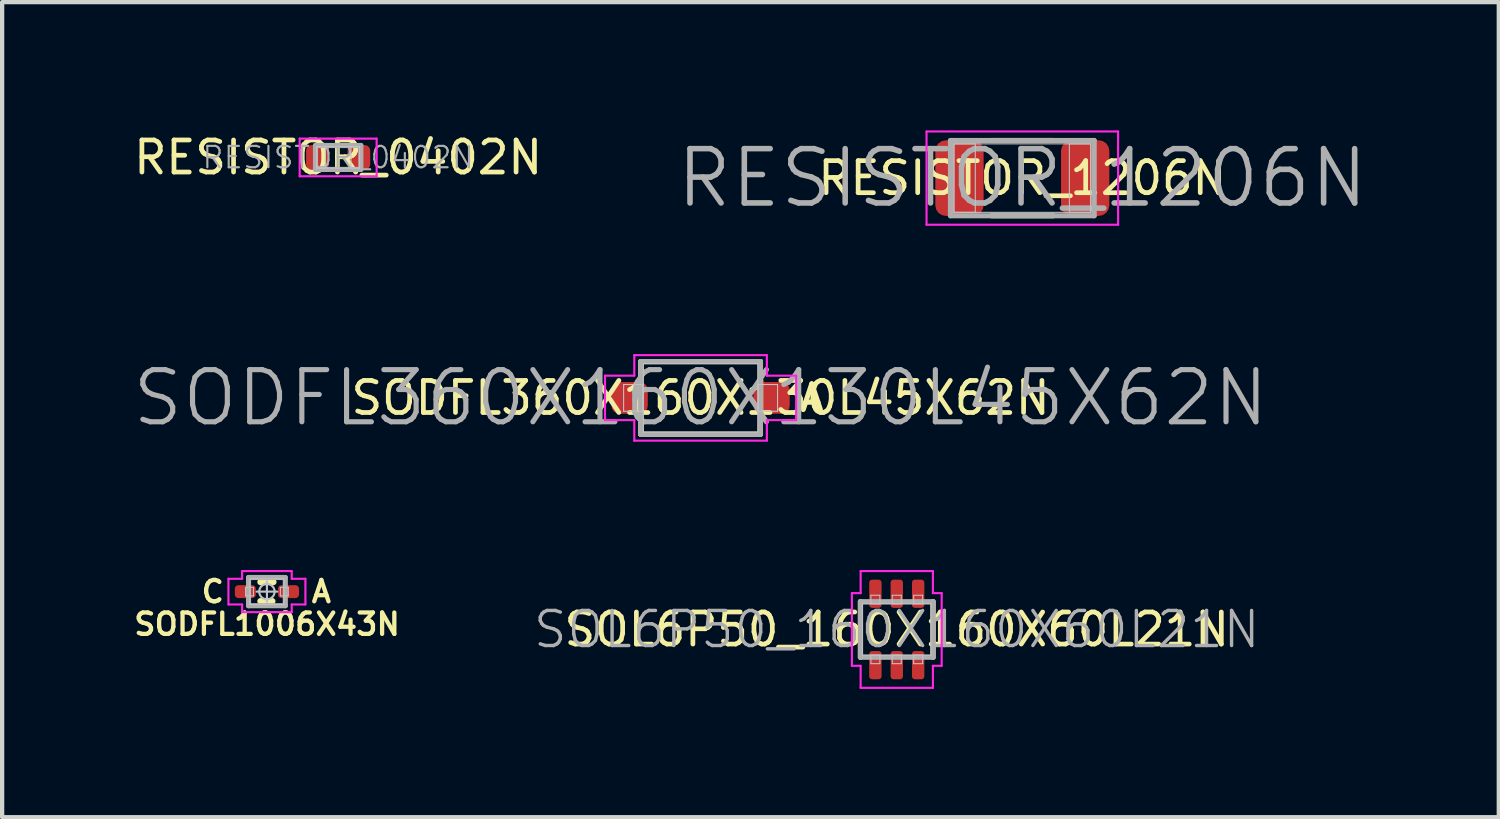
<source format=kicad_pcb>
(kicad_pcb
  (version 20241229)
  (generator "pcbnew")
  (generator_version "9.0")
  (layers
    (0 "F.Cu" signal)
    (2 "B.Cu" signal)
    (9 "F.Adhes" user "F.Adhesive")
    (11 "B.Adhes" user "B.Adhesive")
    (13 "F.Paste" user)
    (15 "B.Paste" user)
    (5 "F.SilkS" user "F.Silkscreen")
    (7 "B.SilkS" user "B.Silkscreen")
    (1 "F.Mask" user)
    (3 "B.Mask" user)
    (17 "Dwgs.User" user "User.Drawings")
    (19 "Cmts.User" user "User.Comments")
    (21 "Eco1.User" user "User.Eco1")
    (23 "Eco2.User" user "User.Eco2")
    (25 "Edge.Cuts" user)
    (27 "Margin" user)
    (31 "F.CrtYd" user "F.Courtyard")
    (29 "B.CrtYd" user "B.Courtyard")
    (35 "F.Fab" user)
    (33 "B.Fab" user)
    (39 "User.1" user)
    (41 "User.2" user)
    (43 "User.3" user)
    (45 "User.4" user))
  (footprint "SODFL360X160X130L45X62N"
    (layer "F.Cu")
    (at 13.333 6.255)
    (property "Reference" "SODFL360X160X130L45X62N" (at 0 0 0) (layer "F.SilkS") (effects (font (size 0.75 0.75) (thickness 0.11))))
    (attr smd)
    (fp_line (start -1.4 -0.85) (end 1.4 -0.85) (stroke (width 0.12) (type solid)) (layer "F.SilkS"))
    (fp_line (start -1.4 -0.55) (end -1.4 -0.85) (stroke (width 0.12) (type solid)) (layer "F.SilkS"))
    (fp_line (start -1.4 0.85) (end -1.4 0.55) (stroke (width 0.12) (type solid)) (layer "F.SilkS"))
    (fp_line (start 1.4 -0.85) (end 1.4 -0.55) (stroke (width 0.12) (type solid)) (layer "F.SilkS"))
    (fp_line (start 1.4 0.55) (end 1.4 0.85) (stroke (width 0.12) (type solid)) (layer "F.SilkS"))
    (fp_line (start 1.4 0.85) (end -1.4 0.85) (stroke (width 0.12) (type solid)) (layer "F.SilkS"))
    (fp_line (start -1.8 -0.312) (end -1.35 -0.312) (stroke (width 0.025) (type solid)) (layer "Dwgs.User"))
    (fp_line (start -1.8 0.312) (end -1.8 -0.312) (stroke (width 0.025) (type solid)) (layer "Dwgs.User"))
    (fp_line (start -1.35 -0.312) (end -1.35 0.312) (stroke (width 0.025) (type solid)) (layer "Dwgs.User"))
    (fp_line (start -1.35 0.312) (end -1.8 0.312) (stroke (width 0.025) (type solid)) (layer "Dwgs.User"))
    (fp_line (start -1.337 -0.8) (end 1.337 -0.8) (stroke (width 0.025) (type solid)) (layer "Dwgs.User"))
    (fp_line (start -1.337 0.8) (end -1.337 -0.8) (stroke (width 0.025) (type solid)) (layer "Dwgs.User"))
    (fp_line (start 1.337 -0.8) (end 1.337 0.8) (stroke (width 0.025) (type solid)) (layer "Dwgs.User"))
    (fp_line (start 1.337 0.8) (end -1.337 0.8) (stroke (width 0.025) (type solid)) (layer "Dwgs.User"))
    (fp_line (start 1.35 -0.312) (end 1.8 -0.312) (stroke (width 0.025) (type solid)) (layer "Dwgs.User"))
    (fp_line (start 1.35 0.312) (end 1.35 -0.312) (stroke (width 0.025) (type solid)) (layer "Dwgs.User"))
    (fp_line (start 1.8 -0.312) (end 1.8 0.312) (stroke (width 0.025) (type solid)) (layer "Dwgs.User"))
    (fp_line (start 1.8 0.312) (end 1.35 0.312) (stroke (width 0.025) (type solid)) (layer "Dwgs.User"))
    (fp_line (start -2.235 -0.52) (end -2.235 0.52) (stroke (width 0.05) (type solid)) (layer "F.CrtYd"))
    (fp_line (start -2.235 0.52) (end -1.55 0.52) (stroke (width 0.05) (type solid)) (layer "F.CrtYd"))
    (fp_line (start -1.55 -1) (end -1.55 -0.52) (stroke (width 0.05) (type solid)) (layer "F.CrtYd"))
    (fp_line (start -1.55 -0.52) (end -2.235 -0.52) (stroke (width 0.05) (type solid)) (layer "F.CrtYd"))
    (fp_line (start -1.55 0.52) (end -1.55 1) (stroke (width 0.05) (type solid)) (layer "F.CrtYd"))
    (fp_line (start -1.55 1) (end 1.55 1) (stroke (width 0.05) (type solid)) (layer "F.CrtYd"))
    (fp_line (start 1.55 -1) (end -1.55 -1) (stroke (width 0.05) (type solid)) (layer "F.CrtYd"))
    (fp_line (start 1.55 -0.52) (end 1.55 -1) (stroke (width 0.05) (type solid)) (layer "F.CrtYd"))
    (fp_line (start 1.55 0.52) (end 2.235 0.52) (stroke (width 0.05) (type solid)) (layer "F.CrtYd"))
    (fp_line (start 1.55 1) (end 1.55 0.52) (stroke (width 0.05) (type solid)) (layer "F.CrtYd"))
    (fp_line (start 2.235 -0.52) (end 1.55 -0.52) (stroke (width 0.05) (type solid)) (layer "F.CrtYd"))
    (fp_line (start 2.235 0.52) (end 2.235 -0.52) (stroke (width 0.05) (type solid)) (layer "F.CrtYd"))
    (fp_line (start -1.4 -0.85) (end 1.4 -0.85) (stroke (width 0.12) (type solid)) (layer "F.Fab"))
    (fp_line (start -1.4 0.85) (end -1.4 -0.85) (stroke (width 0.12) (type solid)) (layer "F.Fab"))
    (fp_line (start 1.4 -0.85) (end 1.4 0.85) (stroke (width 0.12) (type solid)) (layer "F.Fab"))
    (fp_line (start 1.4 0.85) (end -1.4 0.85) (stroke (width 0.12) (type solid)) (layer "F.Fab"))
    (fp_text user "A" (at 2.6 0 0) (layer "F.SilkS") (effects (font (size 0.6 0.6) (thickness 0.12))))
    (fp_text user "${REFERENCE}" (at 0 0 0) (layer "F.Fab") (effects (font (size 1.22 1.22) (thickness 0.12))))
    (pad "A" smd roundrect (at 1.66 0) (size 0.85 0.74) (layers "F.Cu" "F.Mask" "F.Paste") (roundrect_rratio 0.257))
    (pad "C" smd roundrect (at -1.66 0) (size 0.85 0.74) (layers "F.Cu" "F.Mask" "F.Paste") (roundrect_rratio 0.257)))
  (footprint "SOL6P50_160X160X60L21N"
    (layer "F.Cu")
    (at 17.921 11.67)
    (property "Reference" "SOL6P50_160X160X60L21N" (at 0 0 0) (layer "F.SilkS") (effects (font (size 0.75 0.75) (thickness 0.11))))
    (attr smd)
    (fp_line (start -0.85 0.65) (end -0.85 -0.65) (stroke (width 0.12) (type solid)) (layer "F.SilkS"))
    (fp_line (start 0.85 0.65) (end 0.85 -0.65) (stroke (width 0.12) (type solid)) (layer "F.SilkS"))
    (fp_line (start -0.8 -0.6) (end 0.8 -0.6) (stroke (width 0.025) (type solid)) (layer "Dwgs.User"))
    (fp_line (start -0.8 0.6) (end -0.8 -0.6) (stroke (width 0.025) (type solid)) (layer "Dwgs.User"))
    (fp_line (start -0.605 -0.8) (end -0.395 -0.8) (stroke (width 0.025) (type solid)) (layer "Dwgs.User"))
    (fp_line (start -0.605 -0.6) (end -0.605 -0.8) (stroke (width 0.025) (type solid)) (layer "Dwgs.User"))
    (fp_line (start -0.605 0.6) (end -0.395 0.6) (stroke (width 0.025) (type solid)) (layer "Dwgs.User"))
    (fp_line (start -0.605 0.8) (end -0.605 0.6) (stroke (width 0.025) (type solid)) (layer "Dwgs.User"))
    (fp_line (start -0.395 -0.8) (end -0.395 -0.6) (stroke (width 0.025) (type solid)) (layer "Dwgs.User"))
    (fp_line (start -0.395 -0.6) (end -0.605 -0.6) (stroke (width 0.025) (type solid)) (layer "Dwgs.User"))
    (fp_line (start -0.395 0.6) (end -0.395 0.8) (stroke (width 0.025) (type solid)) (layer "Dwgs.User"))
    (fp_line (start -0.395 0.8) (end -0.605 0.8) (stroke (width 0.025) (type solid)) (layer "Dwgs.User"))
    (fp_line (start -0.105 -0.8) (end 0.105 -0.8) (stroke (width 0.025) (type solid)) (layer "Dwgs.User"))
    (fp_line (start -0.105 -0.6) (end -0.105 -0.8) (stroke (width 0.025) (type solid)) (layer "Dwgs.User"))
    (fp_line (start -0.105 0.6) (end 0.105 0.6) (stroke (width 0.025) (type solid)) (layer "Dwgs.User"))
    (fp_line (start -0.105 0.8) (end -0.105 0.6) (stroke (width 0.025) (type solid)) (layer "Dwgs.User"))
    (fp_line (start 0.105 -0.8) (end 0.105 -0.6) (stroke (width 0.025) (type solid)) (layer "Dwgs.User"))
    (fp_line (start 0.105 -0.6) (end -0.105 -0.6) (stroke (width 0.025) (type solid)) (layer "Dwgs.User"))
    (fp_line (start 0.105 0.6) (end 0.105 0.8) (stroke (width 0.025) (type solid)) (layer "Dwgs.User"))
    (fp_line (start 0.105 0.8) (end -0.105 0.8) (stroke (width 0.025) (type solid)) (layer "Dwgs.User"))
    (fp_line (start 0.395 -0.8) (end 0.605 -0.8) (stroke (width 0.025) (type solid)) (layer "Dwgs.User"))
    (fp_line (start 0.395 -0.6) (end 0.395 -0.8) (stroke (width 0.025) (type solid)) (layer "Dwgs.User"))
    (fp_line (start 0.395 0.6) (end 0.605 0.6) (stroke (width 0.025) (type solid)) (layer "Dwgs.User"))
    (fp_line (start 0.395 0.8) (end 0.395 0.6) (stroke (width 0.025) (type solid)) (layer "Dwgs.User"))
    (fp_line (start 0.605 -0.8) (end 0.605 -0.6) (stroke (width 0.025) (type solid)) (layer "Dwgs.User"))
    (fp_line (start 0.605 -0.6) (end 0.395 -0.6) (stroke (width 0.025) (type solid)) (layer "Dwgs.User"))
    (fp_line (start 0.605 0.6) (end 0.605 0.8) (stroke (width 0.025) (type solid)) (layer "Dwgs.User"))
    (fp_line (start 0.605 0.8) (end 0.395 0.8) (stroke (width 0.025) (type solid)) (layer "Dwgs.User"))
    (fp_line (start 0.8 -0.6) (end 0.8 0.6) (stroke (width 0.025) (type solid)) (layer "Dwgs.User"))
    (fp_line (start 0.8 0.6) (end -0.8 0.6) (stroke (width 0.025) (type solid)) (layer "Dwgs.User"))
    (fp_line (start -1.05 -0.85) (end -1.05 0.85) (stroke (width 0.05) (type solid)) (layer "F.CrtYd"))
    (fp_line (start -1.05 0.85) (end -0.845 0.85) (stroke (width 0.05) (type solid)) (layer "F.CrtYd"))
    (fp_line (start -0.845 -1.365) (end -0.845 -0.85) (stroke (width 0.05) (type solid)) (layer "F.CrtYd"))
    (fp_line (start -0.845 -0.85) (end -1.05 -0.85) (stroke (width 0.05) (type solid)) (layer "F.CrtYd"))
    (fp_line (start -0.845 0.85) (end -0.845 1.365) (stroke (width 0.05) (type solid)) (layer "F.CrtYd"))
    (fp_line (start -0.845 1.365) (end 0.845 1.365) (stroke (width 0.05) (type solid)) (layer "F.CrtYd"))
    (fp_line (start 0.845 -1.365) (end -0.845 -1.365) (stroke (width 0.05) (type solid)) (layer "F.CrtYd"))
    (fp_line (start 0.845 -0.85) (end 0.845 -1.365) (stroke (width 0.05) (type solid)) (layer "F.CrtYd"))
    (fp_line (start 0.845 0.85) (end 1.05 0.85) (stroke (width 0.05) (type solid)) (layer "F.CrtYd"))
    (fp_line (start 0.845 1.365) (end 0.845 0.85) (stroke (width 0.05) (type solid)) (layer "F.CrtYd"))
    (fp_line (start 1.05 -0.85) (end 0.845 -0.85) (stroke (width 0.05) (type solid)) (layer "F.CrtYd"))
    (fp_line (start 1.05 0.85) (end 1.05 -0.85) (stroke (width 0.05) (type solid)) (layer "F.CrtYd"))
    (fp_line (start -0.85 -0.65) (end 0.85 -0.65) (stroke (width 0.12) (type solid)) (layer "F.Fab"))
    (fp_line (start -0.85 0.65) (end -0.85 -0.65) (stroke (width 0.12) (type solid)) (layer "F.Fab"))
    (fp_line (start 0.85 -0.65) (end 0.85 0.65) (stroke (width 0.12) (type solid)) (layer "F.Fab"))
    (fp_line (start 0.85 0.65) (end -0.85 0.65) (stroke (width 0.12) (type solid)) (layer "F.Fab"))
    (fp_text user "${REFERENCE}" (at 0 0 0) (layer "F.Fab") (effects (font (size 0.82 0.82) (thickness 0.08))))
    (pad "1" smd roundrect (at -0.5 0.835 90) (size 0.66 0.29) (layers "F.Cu" "F.Mask" "F.Paste") (roundrect_rratio 0.241))
    (pad "2" smd roundrect (at 0 0.835 90) (size 0.66 0.29) (layers "F.Cu" "F.Mask" "F.Paste") (roundrect_rratio 0.241))
    (pad "3" smd roundrect (at 0.5 0.835 90) (size 0.66 0.29) (layers "F.Cu" "F.Mask" "F.Paste") (roundrect_rratio 0.241))
    (pad "4" smd roundrect (at 0.5 -0.835 90) (size 0.66 0.29) (layers "F.Cu" "F.Mask" "F.Paste") (roundrect_rratio 0.241))
    (pad "5" smd roundrect (at 0 -0.835 90) (size 0.66 0.29) (layers "F.Cu" "F.Mask" "F.Paste") (roundrect_rratio 0.241))
    (pad "6" smd roundrect (at -0.5 -0.835 90) (size 0.66 0.29) (layers "F.Cu" "F.Mask" "F.Paste") (roundrect_rratio 0.241)))
  (footprint "RESISTOR_1206N"
    (layer "F.Cu")
    (at 20.857 1.115)
    (property "Reference" "RESISTOR_1206N" (at 0 0 0) (layer "F.SilkS") (effects (font (size 0.75 0.75) (thickness 0.11))))
    (attr smd)
    (fp_line (start -0.725 -0.88) (end 0.725 -0.88) (stroke (width 0.12) (type solid)) (layer "F.SilkS"))
    (fp_line (start -0.725 0.88) (end 0.725 0.88) (stroke (width 0.12) (type solid)) (layer "F.SilkS"))
    (fp_line (start -1.6 -0.8) (end -1.1 -0.8) (stroke (width 0.025) (type solid)) (layer "Dwgs.User"))
    (fp_line (start -1.6 -0.8) (end 1.6 -0.8) (stroke (width 0.025) (type solid)) (layer "Dwgs.User"))
    (fp_line (start -1.6 0.8) (end -1.6 -0.8) (stroke (width 0.025) (type solid)) (layer "Dwgs.User"))
    (fp_line (start -1.6 0.8) (end -1.6 -0.8) (stroke (width 0.025) (type solid)) (layer "Dwgs.User"))
    (fp_line (start -1.1 -0.8) (end -1.1 0.8) (stroke (width 0.025) (type solid)) (layer "Dwgs.User"))
    (fp_line (start -1.1 0.8) (end -1.6 0.8) (stroke (width 0.025) (type solid)) (layer "Dwgs.User"))
    (fp_line (start 1.1 -0.8) (end 1.6 -0.8) (stroke (width 0.025) (type solid)) (layer "Dwgs.User"))
    (fp_line (start 1.1 0.8) (end 1.1 -0.8) (stroke (width 0.025) (type solid)) (layer "Dwgs.User"))
    (fp_line (start 1.6 -0.8) (end 1.6 0.8) (stroke (width 0.025) (type solid)) (layer "Dwgs.User"))
    (fp_line (start 1.6 -0.8) (end 1.6 0.8) (stroke (width 0.025) (type solid)) (layer "Dwgs.User"))
    (fp_line (start 1.6 0.8) (end -1.6 0.8) (stroke (width 0.025) (type solid)) (layer "Dwgs.User"))
    (fp_line (start 1.6 0.8) (end 1.1 0.8) (stroke (width 0.025) (type solid)) (layer "Dwgs.User"))
    (fp_line (start -2.24 -1.09) (end 2.24 -1.09) (stroke (width 0.05) (type solid)) (layer "F.CrtYd"))
    (fp_line (start -2.24 1.09) (end -2.24 -1.09) (stroke (width 0.05) (type solid)) (layer "F.CrtYd"))
    (fp_line (start 2.24 -1.09) (end 2.24 1.09) (stroke (width 0.05) (type solid)) (layer "F.CrtYd"))
    (fp_line (start 2.24 1.09) (end -2.24 1.09) (stroke (width 0.05) (type solid)) (layer "F.CrtYd"))
    (fp_line (start -1.68 -0.88) (end 1.68 -0.88) (stroke (width 0.12) (type solid)) (layer "F.Fab"))
    (fp_line (start -1.68 0.88) (end -1.68 -0.88) (stroke (width 0.12) (type solid)) (layer "F.Fab"))
    (fp_line (start 1.68 -0.88) (end 1.68 0.88) (stroke (width 0.12) (type solid)) (layer "F.Fab"))
    (fp_line (start 1.68 0.88) (end -1.68 0.88) (stroke (width 0.12) (type solid)) (layer "F.Fab"))
    (fp_text user "${REFERENCE}" (at 0 0 0) (layer "F.Fab") (effects (font (size 1.27 1.27) (thickness 0.13))))
    (pad "1" smd roundrect (at -1.47 0) (size 1.13 1.77) (layers "F.Cu" "F.Mask" "F.Paste") (roundrect_rratio 0.221))
    (pad "2" smd roundrect (at 1.47 0) (size 1.13 1.77) (layers "F.Cu" "F.Mask" "F.Paste") (roundrect_rratio 0.221)))
  (footprint "RESISTOR_0402N"
    (layer "F.Cu")
    (at 4.858 0.632)
    (property "Reference" "RESISTOR_0402N" (at 0 0 0) (layer "F.SilkS") (effects (font (size 0.75 0.75) (thickness 0.11))))
    (attr smd)
    (fp_line (start -0.5 -0.25) (end -0.3 -0.25) (stroke (width 0.025) (type solid)) (layer "Dwgs.User"))
    (fp_line (start -0.5 -0.25) (end 0.5 -0.25) (stroke (width 0.025) (type solid)) (layer "Dwgs.User"))
    (fp_line (start -0.5 0.25) (end -0.5 -0.25) (stroke (width 0.025) (type solid)) (layer "Dwgs.User"))
    (fp_line (start -0.5 0.25) (end -0.5 -0.25) (stroke (width 0.025) (type solid)) (layer "Dwgs.User"))
    (fp_line (start -0.3 -0.25) (end -0.3 0.25) (stroke (width 0.025) (type solid)) (layer "Dwgs.User"))
    (fp_line (start -0.3 0.25) (end -0.5 0.25) (stroke (width 0.025) (type solid)) (layer "Dwgs.User"))
    (fp_line (start 0.3 -0.25) (end 0.5 -0.25) (stroke (width 0.025) (type solid)) (layer "Dwgs.User"))
    (fp_line (start 0.3 0.25) (end 0.3 -0.25) (stroke (width 0.025) (type solid)) (layer "Dwgs.User"))
    (fp_line (start 0.5 -0.25) (end 0.5 0.25) (stroke (width 0.025) (type solid)) (layer "Dwgs.User"))
    (fp_line (start 0.5 -0.25) (end 0.5 0.25) (stroke (width 0.025) (type solid)) (layer "Dwgs.User"))
    (fp_line (start 0.5 0.25) (end -0.5 0.25) (stroke (width 0.025) (type solid)) (layer "Dwgs.User"))
    (fp_line (start 0.5 0.25) (end 0.3 0.25) (stroke (width 0.025) (type solid)) (layer "Dwgs.User"))
    (fp_line (start -0.9 -0.44) (end 0.9 -0.44) (stroke (width 0.05) (type solid)) (layer "F.CrtYd"))
    (fp_line (start -0.9 0.44) (end -0.9 -0.44) (stroke (width 0.05) (type solid)) (layer "F.CrtYd"))
    (fp_line (start 0.9 -0.44) (end 0.9 0.44) (stroke (width 0.05) (type solid)) (layer "F.CrtYd"))
    (fp_line (start 0.9 0.44) (end -0.9 0.44) (stroke (width 0.05) (type solid)) (layer "F.CrtYd"))
    (fp_line (start -0.53 -0.28) (end 0.53 -0.28) (stroke (width 0.12) (type solid)) (layer "F.Fab"))
    (fp_line (start -0.53 0.28) (end -0.53 -0.28) (stroke (width 0.12) (type solid)) (layer "F.Fab"))
    (fp_line (start 0.53 -0.28) (end 0.53 0.28) (stroke (width 0.12) (type solid)) (layer "F.Fab"))
    (fp_line (start 0.53 0.28) (end -0.53 0.28) (stroke (width 0.12) (type solid)) (layer "F.Fab"))
    (fp_text user "${REFERENCE}" (at 0 0 0) (layer "F.Fab") (effects (font (size 0.5 0.5) (thickness 0.05))))
    (pad "1" smd roundrect (at -0.485 0) (size 0.53 0.58) (layers "F.Cu" "F.Mask" "F.Paste") (roundrect_rratio 0.245))
    (pad "2" smd roundrect (at 0.485 0) (size 0.53 0.58) (layers "F.Cu" "F.Mask" "F.Paste") (roundrect_rratio 0.245)))
  (footprint "SODFL1006X43N"
    (layer "F.Cu")
    (at 3.192 10.785)
    (property "Reference" "SODFL1006X43N" (at 0.003 0.762 0) (layer "F.SilkS") (effects (font (size 0.5 0.5) (thickness 0.1))))
    (attr smd)
    (fp_line (start -0.15 -0.225) (end 0.15 -0.225) (stroke (width 0.15) (type solid)) (layer "F.SilkS"))
    (fp_line (start -0.15 0.225) (end 0.125 0.225) (stroke (width 0.15) (type solid)) (layer "F.SilkS"))
    (fp_line (start -0.5 -0.1) (end -0.315 -0.1) (stroke (width 0.025) (type solid)) (layer "Dwgs.User"))
    (fp_line (start -0.5 0.1) (end -0.5 -0.1) (stroke (width 0.025) (type solid)) (layer "Dwgs.User"))
    (fp_line (start -0.4 -0.3) (end 0.4 -0.3) (stroke (width 0.025) (type solid)) (layer "Dwgs.User"))
    (fp_line (start -0.4 0.3) (end -0.4 -0.3) (stroke (width 0.025) (type solid)) (layer "Dwgs.User"))
    (fp_line (start -0.315 -0.1) (end -0.315 0.1) (stroke (width 0.025) (type solid)) (layer "Dwgs.User"))
    (fp_line (start -0.315 0.1) (end -0.5 0.1) (stroke (width 0.025) (type solid)) (layer "Dwgs.User"))
    (fp_line (start 0 -0.24) (end 0 0.24) (stroke (width 0.05) (type solid)) (layer "Dwgs.User"))
    (fp_line (start 0.24 0) (end -0.24 0) (stroke (width 0.05) (type solid)) (layer "Dwgs.User"))
    (fp_line (start 0.315 -0.1) (end 0.5 -0.1) (stroke (width 0.025) (type solid)) (layer "Dwgs.User"))
    (fp_line (start 0.315 0.1) (end 0.315 -0.1) (stroke (width 0.025) (type solid)) (layer "Dwgs.User"))
    (fp_line (start 0.4 -0.3) (end 0.4 0.3) (stroke (width 0.025) (type solid)) (layer "Dwgs.User"))
    (fp_line (start 0.4 0.3) (end -0.4 0.3) (stroke (width 0.025) (type solid)) (layer "Dwgs.User"))
    (fp_line (start 0.5 -0.1) (end 0.5 0.1) (stroke (width 0.025) (type solid)) (layer "Dwgs.User"))
    (fp_line (start 0.5 0.1) (end 0.315 0.1) (stroke (width 0.025) (type solid)) (layer "Dwgs.User"))
    (fp_circle (center 0 0) (end 0.18 0) (stroke (width 0.05) (type solid)) (fill no) (layer "Dwgs.User"))
    (fp_line (start -0.9 -0.3) (end -0.9 0.3) (stroke (width 0.05) (type solid)) (layer "F.CrtYd"))
    (fp_line (start -0.9 0.3) (end -0.58 0.3) (stroke (width 0.05) (type solid)) (layer "F.CrtYd"))
    (fp_line (start -0.58 -0.48) (end -0.58 -0.3) (stroke (width 0.05) (type solid)) (layer "F.CrtYd"))
    (fp_line (start -0.58 -0.3) (end -0.9 -0.3) (stroke (width 0.05) (type solid)) (layer "F.CrtYd"))
    (fp_line (start -0.58 0.3) (end -0.58 0.48) (stroke (width 0.05) (type solid)) (layer "F.CrtYd"))
    (fp_line (start -0.58 0.48) (end 0.58 0.48) (stroke (width 0.05) (type solid)) (layer "F.CrtYd"))
    (fp_line (start 0.58 -0.48) (end -0.58 -0.48) (stroke (width 0.05) (type solid)) (layer "F.CrtYd"))
    (fp_line (start 0.58 -0.3) (end 0.58 -0.48) (stroke (width 0.05) (type solid)) (layer "F.CrtYd"))
    (fp_line (start 0.58 0.3) (end 0.9 0.3) (stroke (width 0.05) (type solid)) (layer "F.CrtYd"))
    (fp_line (start 0.58 0.48) (end 0.58 0.3) (stroke (width 0.05) (type solid)) (layer "F.CrtYd"))
    (fp_line (start 0.9 -0.3) (end 0.58 -0.3) (stroke (width 0.05) (type solid)) (layer "F.CrtYd"))
    (fp_line (start 0.9 0.3) (end 0.9 -0.3) (stroke (width 0.05) (type solid)) (layer "F.CrtYd"))
    (fp_line (start -0.43 -0.33) (end 0.43 -0.33) (stroke (width 0.12) (type solid)) (layer "F.Fab"))
    (fp_line (start -0.43 0.33) (end -0.43 -0.33) (stroke (width 0.12) (type solid)) (layer "F.Fab"))
    (fp_line (start 0.43 -0.33) (end 0.43 0.33) (stroke (width 0.12) (type solid)) (layer "F.Fab"))
    (fp_line (start 0.43 0.33) (end -0.43 0.33) (stroke (width 0.12) (type solid)) (layer "F.Fab"))
    (fp_text user "C" (at -1.267 0 0) (layer "F.SilkS") (effects (font (size 0.5 0.5) (thickness 0.1))))
    (fp_text user "A" (at 1.273 0 0) (layer "F.SilkS") (effects (font (size 0.5 0.5) (thickness 0.1))))
    (pad "A" smd roundrect (at 0.505 0) (size 0.49 0.3) (layers "F.Cu" "F.Mask" "F.Paste") (roundrect_rratio 0.267))
    (pad "C" smd roundrect (at -0.505 0) (size 0.49 0.3) (layers "F.Cu" "F.Mask" "F.Paste") (roundrect_rratio 0.267)))
  (gr_rect
    (start -3 -3)
    (end 31.999 16.06)
    (stroke (width 0.1) (type default))
    (fill no)
    (layer "Edge.Cuts")))
</source>
